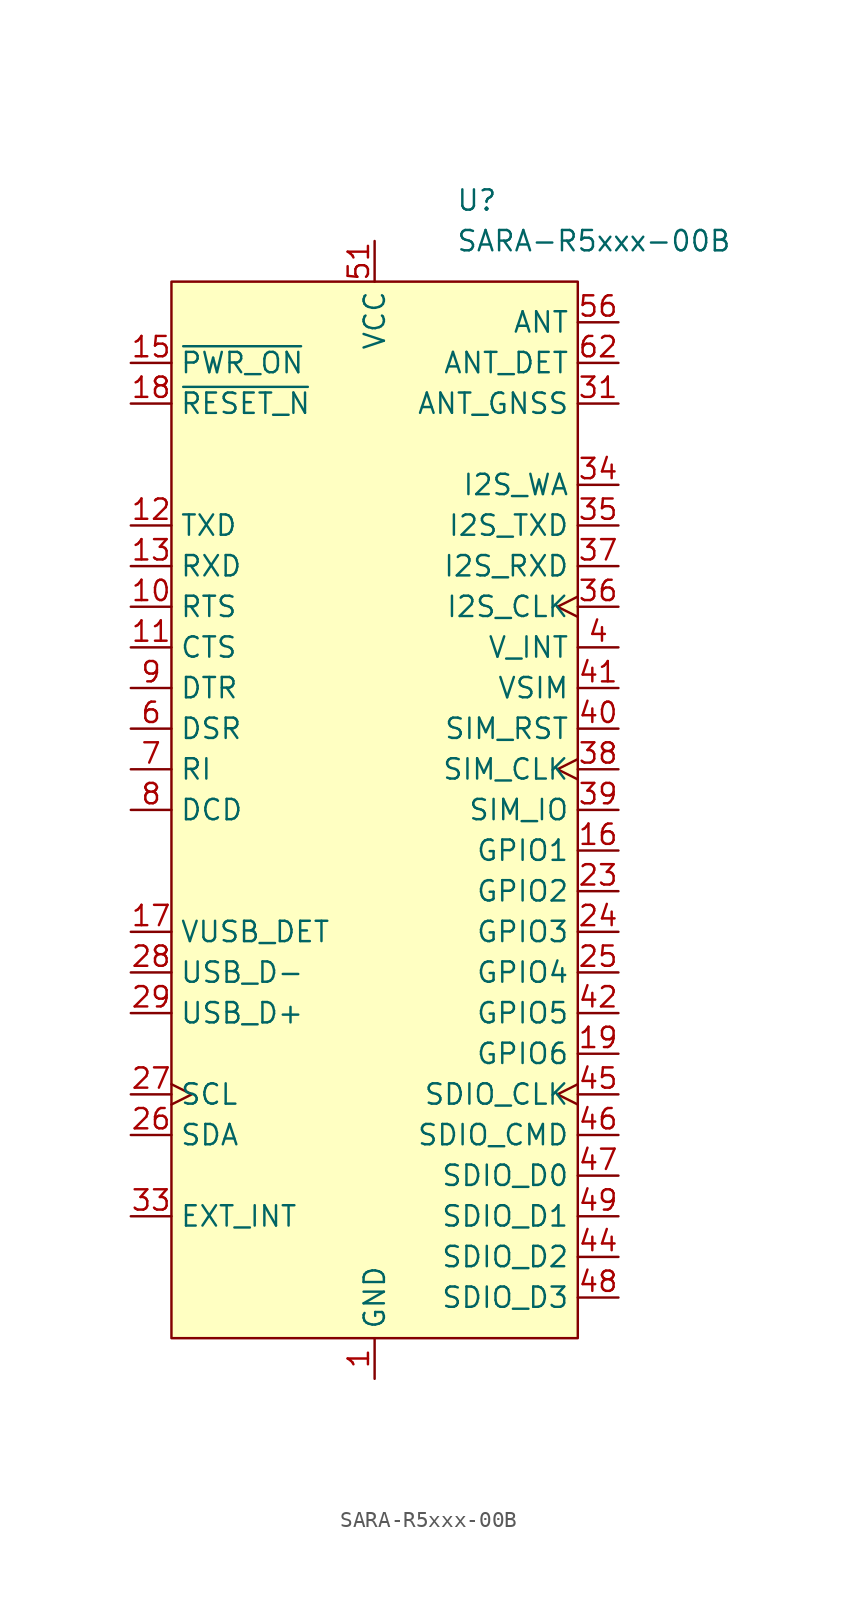
<source format=kicad_sym>
(kicad_symbol_lib
  (version 20231120)
  (generator "kicad_symbol_editor")
  (generator_version "8.0")
  (symbol "SARA-R5xxx-00B"
    (property "Reference" "U"
      (at 5.08 38.1 0)
      (effects (font (size 1.27 1.27)) (justify left)))
    (property "Value" "SARA-R5xxx-00B"
      (at 5.08 35.56 0)
      (effects (font (size 1.27 1.27)) (justify left)))
    (symbol "SARA-R5xxx-00B_0_0"
      (pin power_in line (at 0 -35.56 90) (length 2.54) (name "GND" (effects (font (size 1.27 1.27)))) (number "1" (effects (font (size 1.27 1.27)))))
      (pin input line (at -15.24 12.7 0) (length 2.54) (name "RTS" (effects (font (size 1.27 1.27)))) (number "10" (effects (font (size 1.27 1.27)))))
      (pin output line (at -15.24 10.16 0) (length 2.54) (name "CTS" (effects (font (size 1.27 1.27)))) (number "11" (effects (font (size 1.27 1.27)))))
      (pin input line (at -15.24 17.78 0) (length 2.54) (name "TXD" (effects (font (size 1.27 1.27)))) (number "12" (effects (font (size 1.27 1.27)))))
      (pin output line (at -15.24 15.24 0) (length 2.54) (name "RXD" (effects (font (size 1.27 1.27)))) (number "13" (effects (font (size 1.27 1.27)))))
      (pin bidirectional line (at 15.24 -2.54 180) (length 2.54) (name "GPIO1" (effects (font (size 1.27 1.27)))) (number "16" (effects (font (size 1.27 1.27)))))
      (pin input line (at -15.24 -7.62 0) (length 2.54) (name "VUSB_DET" (effects (font (size 1.27 1.27)))) (number "17" (effects (font (size 1.27 1.27)))))
      (pin power_out line (at 15.24 10.16 180) (length 2.54) (name "V_INT" (effects (font (size 1.27 1.27)))) (number "4" (effects (font (size 1.27 1.27)))))
      (pin bidirectional line (at -15.24 5.08 0) (length 2.54) (name "DSR" (effects (font (size 1.27 1.27)))) (number "6" (effects (font (size 1.27 1.27)))))
      (pin output line (at -15.24 2.54 0) (length 2.54) (name "RI" (effects (font (size 1.27 1.27)))) (number "7" (effects (font (size 1.27 1.27)))))
      (pin output line (at -15.24 0 0) (length 2.54) (name "DCD" (effects (font (size 1.27 1.27)))) (number "8" (effects (font (size 1.27 1.27)))))
      (pin input line (at -15.24 7.62 0) (length 2.54) (name "DTR" (effects (font (size 1.27 1.27)))) (number "9" (effects (font (size 1.27 1.27))))))
    (symbol "SARA-R5xxx-00B_1_0"
      (pin passive line (at 0 -35.56 90) (length 2.54) hide (name "GND" (effects (font (size 1.27 1.27)))) (number "14" (effects (font (size 1.27 1.27)))))
      (pin input line (at -15.24 27.94 0) (length 2.54) (name "~{PWR_ON}" (effects (font (size 1.27 1.27)))) (number "15" (effects (font (size 1.27 1.27)))))
      (pin input line (at -15.24 25.4 0) (length 2.54) (name "~{RESET_N}" (effects (font (size 1.27 1.27)))) (number "18" (effects (font (size 1.27 1.27)))))
      (pin bidirectional line (at 15.24 -15.24 180) (length 2.54) (name "GPIO6" (effects (font (size 1.27 1.27)))) (number "19" (effects (font (size 1.27 1.27)))))
      (pin no_connect line (at -12.7 -30.48 0) (length 2.54) hide (name "RSVD" (effects (font (size 1.27 1.27)))) (number "2" (effects (font (size 1.27 1.27)))))
      (pin passive line (at 0 -35.56 90) (length 2.54) hide (name "GND" (effects (font (size 1.27 1.27)))) (number "20" (effects (font (size 1.27 1.27)))))
      (pin passive line (at 0 -35.56 90) (length 2.54) hide (name "GND" (effects (font (size 1.27 1.27)))) (number "21" (effects (font (size 1.27 1.27)))))
      (pin passive line (at 0 -35.56 90) (length 2.54) hide (name "GND" (effects (font (size 1.27 1.27)))) (number "22" (effects (font (size 1.27 1.27)))))
      (pin bidirectional line (at 15.24 -5.08 180) (length 2.54) (name "GPIO2" (effects (font (size 1.27 1.27)))) (number "23" (effects (font (size 1.27 1.27)))))
      (pin bidirectional line (at 15.24 -7.62 180) (length 2.54) (name "GPIO3" (effects (font (size 1.27 1.27)))) (number "24" (effects (font (size 1.27 1.27)))))
      (pin bidirectional line (at 15.24 -10.16 180) (length 2.54) (name "GPIO4" (effects (font (size 1.27 1.27)))) (number "25" (effects (font (size 1.27 1.27)))))
      (pin bidirectional line (at -15.24 -20.32 0) (length 2.54) (name "SDA" (effects (font (size 1.27 1.27)))) (number "26" (effects (font (size 1.27 1.27)))))
      (pin output clock (at -15.24 -17.78 0) (length 2.54) (name "SCL" (effects (font (size 1.27 1.27)))) (number "27" (effects (font (size 1.27 1.27)))))
      (pin bidirectional line (at -15.24 -10.16 0) (length 2.54) (name "USB_D-" (effects (font (size 1.27 1.27)))) (number "28" (effects (font (size 1.27 1.27)))))
      (pin bidirectional line (at -15.24 -12.7 0) (length 2.54) (name "USB_D+" (effects (font (size 1.27 1.27)))) (number "29" (effects (font (size 1.27 1.27)))))
      (pin passive line (at 0 -35.56 90) (length 2.54) hide (name "GND" (effects (font (size 1.27 1.27)))) (number "3" (effects (font (size 1.27 1.27)))))
      (pin passive line (at 0 -35.56 90) (length 2.54) hide (name "GND" (effects (font (size 1.27 1.27)))) (number "30" (effects (font (size 1.27 1.27)))))
      (pin input line (at 15.24 25.4 180) (length 2.54) (name "ANT_GNSS" (effects (font (size 1.27 1.27)))) (number "31" (effects (font (size 1.27 1.27)))))
      (pin passive line (at 0 -35.56 90) (length 2.54) hide (name "GND" (effects (font (size 1.27 1.27)))) (number "32" (effects (font (size 1.27 1.27)))))
      (pin input line (at -15.24 -25.4 0) (length 2.54) (name "EXT_INT" (effects (font (size 1.27 1.27)))) (number "33" (effects (font (size 1.27 1.27)))))
      (pin output line (at 15.24 20.32 180) (length 2.54) (name "I2S_WA" (effects (font (size 1.27 1.27)))) (number "34" (effects (font (size 1.27 1.27)))))
      (pin output line (at 15.24 17.78 180) (length 2.54) (name "I2S_TXD" (effects (font (size 1.27 1.27)))) (number "35" (effects (font (size 1.27 1.27)))))
      (pin output clock (at 15.24 12.7 180) (length 2.54) (name "I2S_CLK" (effects (font (size 1.27 1.27)))) (number "36" (effects (font (size 1.27 1.27)))))
      (pin bidirectional line (at 15.24 15.24 180) (length 2.54) (name "I2S_RXD" (effects (font (size 1.27 1.27)))) (number "37" (effects (font (size 1.27 1.27)))))
      (pin output clock (at 15.24 2.54 180) (length 2.54) (name "SIM_CLK" (effects (font (size 1.27 1.27)))) (number "38" (effects (font (size 1.27 1.27)))))
      (pin bidirectional line (at 15.24 0 180) (length 2.54) (name "SIM_IO" (effects (font (size 1.27 1.27)))) (number "39" (effects (font (size 1.27 1.27)))))
      (pin output line (at 15.24 5.08 180) (length 2.54) (name "SIM_RST" (effects (font (size 1.27 1.27)))) (number "40" (effects (font (size 1.27 1.27)))))
      (pin power_out line (at 15.24 7.62 180) (length 2.54) (name "VSIM" (effects (font (size 1.27 1.27)))) (number "41" (effects (font (size 1.27 1.27)))))
      (pin bidirectional line (at 15.24 -12.7 180) (length 2.54) (name "GPIO5" (effects (font (size 1.27 1.27)))) (number "42" (effects (font (size 1.27 1.27)))))
      (pin passive line (at 0 -35.56 90) (length 2.54) hide (name "GND" (effects (font (size 1.27 1.27)))) (number "43" (effects (font (size 1.27 1.27)))))
      (pin bidirectional line (at 15.24 -27.94 180) (length 2.54) (name "SDIO_D2" (effects (font (size 1.27 1.27)))) (number "44" (effects (font (size 1.27 1.27)))))
      (pin output clock (at 15.24 -17.78 180) (length 2.54) (name "SDIO_CLK" (effects (font (size 1.27 1.27)))) (number "45" (effects (font (size 1.27 1.27)))))
      (pin bidirectional line (at 15.24 -20.32 180) (length 2.54) (name "SDIO_CMD" (effects (font (size 1.27 1.27)))) (number "46" (effects (font (size 1.27 1.27)))))
      (pin bidirectional line (at 15.24 -22.86 180) (length 2.54) (name "SDIO_D0" (effects (font (size 1.27 1.27)))) (number "47" (effects (font (size 1.27 1.27)))))
      (pin bidirectional line (at 15.24 -30.48 180) (length 2.54) (name "SDIO_D3" (effects (font (size 1.27 1.27)))) (number "48" (effects (font (size 1.27 1.27)))))
      (pin bidirectional line (at 15.24 -25.4 180) (length 2.54) (name "SDIO_D1" (effects (font (size 1.27 1.27)))) (number "49" (effects (font (size 1.27 1.27)))))
      (pin passive line (at 0 -35.56 90) (length 2.54) hide (name "GND" (effects (font (size 1.27 1.27)))) (number "5" (effects (font (size 1.27 1.27)))))
      (pin passive line (at 0 -35.56 90) (length 2.54) hide (name "GND" (effects (font (size 1.27 1.27)))) (number "50" (effects (font (size 1.27 1.27)))))
      (pin power_in line (at 0 35.56 270) (length 2.54) (name "VCC" (effects (font (size 1.27 1.27)))) (number "51" (effects (font (size 1.27 1.27)))))
      (pin passive line (at 0 35.56 270) (length 2.54) hide (name "VCC" (effects (font (size 1.27 1.27)))) (number "52" (effects (font (size 1.27 1.27)))))
      (pin passive line (at 0 35.56 270) (length 2.54) hide (name "VCC" (effects (font (size 1.27 1.27)))) (number "53" (effects (font (size 1.27 1.27)))))
      (pin passive line (at 0 -35.56 90) (length 2.54) hide (name "GND" (effects (font (size 1.27 1.27)))) (number "54" (effects (font (size 1.27 1.27)))))
      (pin passive line (at 0 -35.56 90) (length 2.54) hide (name "GND" (effects (font (size 1.27 1.27)))) (number "55" (effects (font (size 1.27 1.27)))))
      (pin bidirectional line (at 15.24 30.48 180) (length 2.54) (name "ANT" (effects (font (size 1.27 1.27)))) (number "56" (effects (font (size 1.27 1.27)))))
      (pin passive line (at 0 -35.56 90) (length 2.54) hide (name "GND" (effects (font (size 1.27 1.27)))) (number "57" (effects (font (size 1.27 1.27)))))
      (pin passive line (at 0 -35.56 90) (length 2.54) hide (name "GND" (effects (font (size 1.27 1.27)))) (number "58" (effects (font (size 1.27 1.27)))))
      (pin passive line (at 0 -35.56 90) (length 2.54) hide (name "GND" (effects (font (size 1.27 1.27)))) (number "59" (effects (font (size 1.27 1.27)))))
      (pin passive line (at 0 -35.56 90) (length 2.54) hide (name "GND" (effects (font (size 1.27 1.27)))) (number "60" (effects (font (size 1.27 1.27)))))
      (pin passive line (at 0 -35.56 90) (length 2.54) hide (name "GND" (effects (font (size 1.27 1.27)))) (number "61" (effects (font (size 1.27 1.27)))))
      (pin input line (at 15.24 27.94 180) (length 2.54) (name "ANT_DET" (effects (font (size 1.27 1.27)))) (number "62" (effects (font (size 1.27 1.27)))))
      (pin passive line (at 0 -35.56 90) (length 2.54) hide (name "GND" (effects (font (size 1.27 1.27)))) (number "63" (effects (font (size 1.27 1.27)))))
      (pin passive line (at 0 -35.56 90) (length 2.54) hide (name "GND" (effects (font (size 1.27 1.27)))) (number "64" (effects (font (size 1.27 1.27)))))
      (pin passive line (at 0 -35.56 90) (length 2.54) hide (name "GND" (effects (font (size 1.27 1.27)))) (number "65" (effects (font (size 1.27 1.27)))))
      (pin passive line (at 0 -35.56 90) (length 2.54) hide (name "GND" (effects (font (size 1.27 1.27)))) (number "66" (effects (font (size 1.27 1.27)))))
      (pin passive line (at 0 -35.56 90) (length 2.54) hide (name "GND" (effects (font (size 1.27 1.27)))) (number "67" (effects (font (size 1.27 1.27)))))
      (pin passive line (at 0 -35.56 90) (length 2.54) hide (name "GND" (effects (font (size 1.27 1.27)))) (number "68" (effects (font (size 1.27 1.27)))))
      (pin passive line (at 0 -35.56 90) (length 2.54) hide (name "GND" (effects (font (size 1.27 1.27)))) (number "69" (effects (font (size 1.27 1.27)))))
      (pin passive line (at 0 -35.56 90) (length 2.54) hide (name "GND" (effects (font (size 1.27 1.27)))) (number "70" (effects (font (size 1.27 1.27)))))
      (pin passive line (at 0 -35.56 90) (length 2.54) hide (name "GND" (effects (font (size 1.27 1.27)))) (number "71" (effects (font (size 1.27 1.27)))))
      (pin passive line (at 0 -35.56 90) (length 2.54) hide (name "GND" (effects (font (size 1.27 1.27)))) (number "72" (effects (font (size 1.27 1.27)))))
      (pin passive line (at 0 -35.56 90) (length 2.54) hide (name "GND" (effects (font (size 1.27 1.27)))) (number "73" (effects (font (size 1.27 1.27)))))
      (pin passive line (at 0 -35.56 90) (length 2.54) hide (name "GND" (effects (font (size 1.27 1.27)))) (number "74" (effects (font (size 1.27 1.27)))))
      (pin passive line (at 0 -35.56 90) (length 2.54) hide (name "GND" (effects (font (size 1.27 1.27)))) (number "75" (effects (font (size 1.27 1.27)))))
      (pin passive line (at 0 -35.56 90) (length 2.54) hide (name "GND" (effects (font (size 1.27 1.27)))) (number "76" (effects (font (size 1.27 1.27)))))
      (pin passive line (at 0 -35.56 90) (length 2.54) hide (name "GND" (effects (font (size 1.27 1.27)))) (number "77" (effects (font (size 1.27 1.27)))))
      (pin passive line (at 0 -35.56 90) (length 2.54) hide (name "GND" (effects (font (size 1.27 1.27)))) (number "78" (effects (font (size 1.27 1.27)))))
      (pin passive line (at 0 -35.56 90) (length 2.54) hide (name "GND" (effects (font (size 1.27 1.27)))) (number "79" (effects (font (size 1.27 1.27)))))
      (pin passive line (at 0 -35.56 90) (length 2.54) hide (name "GND" (effects (font (size 1.27 1.27)))) (number "80" (effects (font (size 1.27 1.27)))))
      (pin passive line (at 0 -35.56 90) (length 2.54) hide (name "GND" (effects (font (size 1.27 1.27)))) (number "81" (effects (font (size 1.27 1.27)))))
      (pin passive line (at 0 -35.56 90) (length 2.54) hide (name "GND" (effects (font (size 1.27 1.27)))) (number "82" (effects (font (size 1.27 1.27)))))
      (pin passive line (at 0 -35.56 90) (length 2.54) hide (name "GND" (effects (font (size 1.27 1.27)))) (number "83" (effects (font (size 1.27 1.27)))))
      (pin passive line (at 0 -35.56 90) (length 2.54) hide (name "GND" (effects (font (size 1.27 1.27)))) (number "84" (effects (font (size 1.27 1.27)))))
      (pin passive line (at 0 -35.56 90) (length 2.54) hide (name "GND" (effects (font (size 1.27 1.27)))) (number "85" (effects (font (size 1.27 1.27)))))
      (pin passive line (at 0 -35.56 90) (length 2.54) hide (name "GND" (effects (font (size 1.27 1.27)))) (number "86" (effects (font (size 1.27 1.27)))))
      (pin passive line (at 0 -35.56 90) (length 2.54) hide (name "GND" (effects (font (size 1.27 1.27)))) (number "87" (effects (font (size 1.27 1.27)))))
      (pin passive line (at 0 -35.56 90) (length 2.54) hide (name "GND" (effects (font (size 1.27 1.27)))) (number "88" (effects (font (size 1.27 1.27)))))
      (pin passive line (at 0 -35.56 90) (length 2.54) hide (name "GND" (effects (font (size 1.27 1.27)))) (number "89" (effects (font (size 1.27 1.27)))))
      (pin passive line (at 0 -35.56 90) (length 2.54) hide (name "GND" (effects (font (size 1.27 1.27)))) (number "90" (effects (font (size 1.27 1.27)))))
      (pin passive line (at 0 -35.56 90) (length 2.54) hide (name "GND" (effects (font (size 1.27 1.27)))) (number "91" (effects (font (size 1.27 1.27)))))
      (pin passive line (at 0 -35.56 90) (length 2.54) hide (name "GND" (effects (font (size 1.27 1.27)))) (number "92" (effects (font (size 1.27 1.27)))))
      (pin passive line (at 0 -35.56 90) (length 2.54) hide (name "GND" (effects (font (size 1.27 1.27)))) (number "93" (effects (font (size 1.27 1.27)))))
      (pin passive line (at 0 -35.56 90) (length 2.54) hide (name "GND" (effects (font (size 1.27 1.27)))) (number "94" (effects (font (size 1.27 1.27)))))
      (pin passive line (at 0 -35.56 90) (length 2.54) hide (name "GND" (effects (font (size 1.27 1.27)))) (number "95" (effects (font (size 1.27 1.27)))))
      (pin passive line (at 0 -35.56 90) (length 2.54) hide (name "GND" (effects (font (size 1.27 1.27)))) (number "96" (effects (font (size 1.27 1.27))))))
    (symbol "SARA-R5xxx-00B_1_1"
      (rectangle (start -12.7 33.02) (end 12.7 -33.02) (stroke (width 0) (type default)) (fill (type background))))))
</source>
